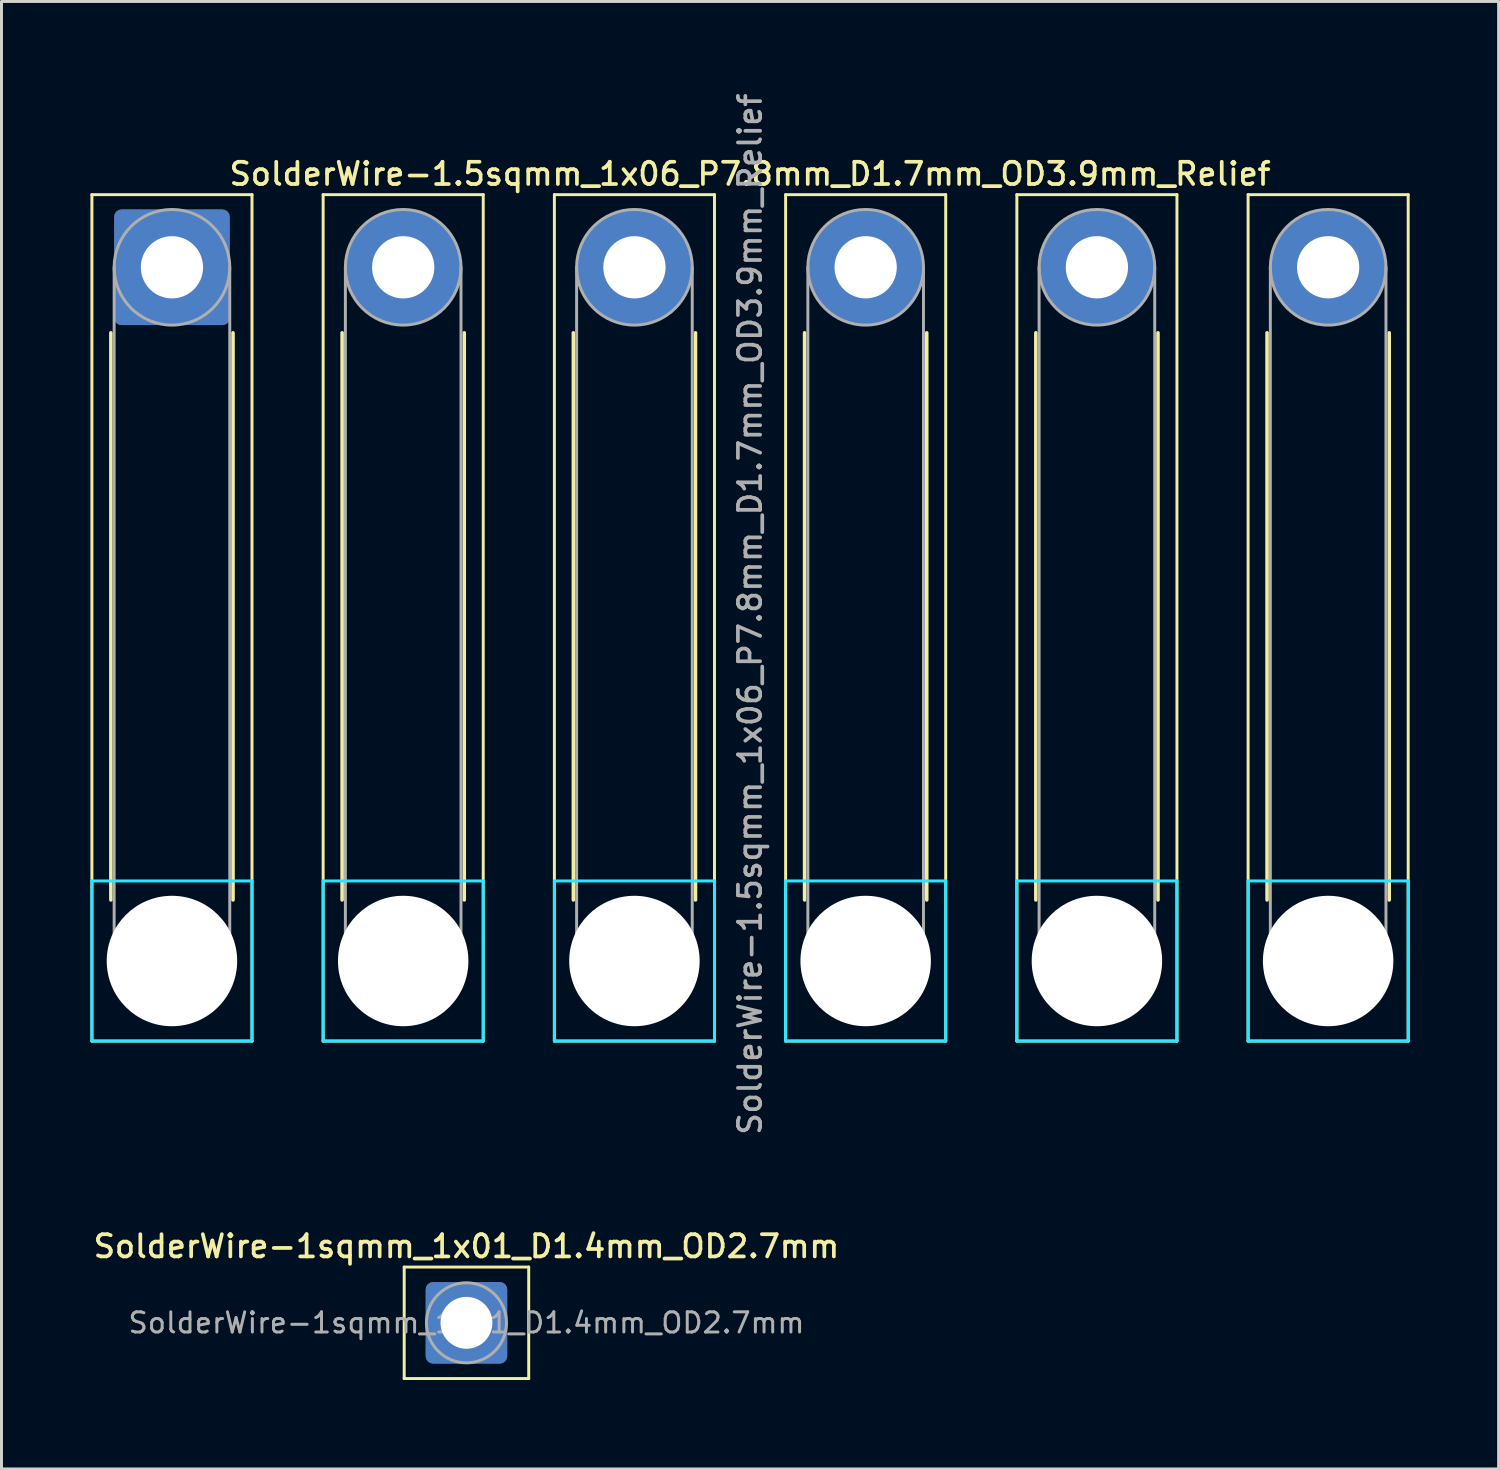
<source format=kicad_pcb>
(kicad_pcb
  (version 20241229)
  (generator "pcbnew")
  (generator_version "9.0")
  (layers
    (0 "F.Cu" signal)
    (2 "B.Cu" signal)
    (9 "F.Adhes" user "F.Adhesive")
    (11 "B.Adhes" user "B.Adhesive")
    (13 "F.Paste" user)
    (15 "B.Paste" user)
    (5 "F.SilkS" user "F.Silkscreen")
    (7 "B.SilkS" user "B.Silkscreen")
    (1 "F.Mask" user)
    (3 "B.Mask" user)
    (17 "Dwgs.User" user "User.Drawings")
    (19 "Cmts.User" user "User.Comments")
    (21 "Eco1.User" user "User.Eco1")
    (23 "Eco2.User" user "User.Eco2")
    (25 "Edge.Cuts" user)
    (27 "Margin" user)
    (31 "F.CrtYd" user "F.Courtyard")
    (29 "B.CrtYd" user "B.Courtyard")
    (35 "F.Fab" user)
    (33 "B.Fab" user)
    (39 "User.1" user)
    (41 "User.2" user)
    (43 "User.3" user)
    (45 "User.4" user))
  (footprint "SolderWire-1sqmm_1x01_D1.4mm_OD2.7mm"
    (layer "F.Cu")
    (at 12.684 41.57)
    (property "Reference" "SolderWire-1sqmm_1x01_D1.4mm_OD2.7mm" (at 0 -2.58 0) (layer "F.SilkS") (effects (font (size 0.75 0.75) (thickness 0.125))))
    (attr exclude_from_pos_files exclude_from_bom)
    (fp_line (start -2.1 -1.88) (end -2.1 1.88) (stroke (width 0.1) (type solid)) (layer "F.SilkS"))
    (fp_line (start -2.1 1.88) (end 2.1 1.88) (stroke (width 0.1) (type solid)) (layer "F.SilkS"))
    (fp_line (start 2.1 -1.88) (end -2.1 -1.88) (stroke (width 0.1) (type solid)) (layer "F.SilkS"))
    (fp_line (start 2.1 1.88) (end 2.1 -1.88) (stroke (width 0.1) (type solid)) (layer "F.SilkS"))
    (fp_circle (center 0 0) (end 1.35 0) (stroke (width 0.1) (type solid)) (fill no) (layer "F.Fab"))
    (fp_text user "${REFERENCE}" (at 0 0 0) (layer "F.Fab") (effects (font (size 0.68 0.68) (thickness 0.1))))
    (pad "1" thru_hole roundrect (at 0 0) (size 2.75 2.75) (drill 1.75) (layers "*.Cu" "*.Mask") (roundrect_rratio 0.091)))
  (footprint "SolderWire-1.5sqmm_1x06_P7.8mm_D1.7mm_OD3.9mm_Relief"
    (layer "F.Cu")
    (at 2.75 5.966)
    (property "Reference" "SolderWire-1.5sqmm_1x06_P7.8mm_D1.7mm_OD3.9mm_Relief" (at 19.5 -3.15 0) (layer "F.SilkS") (effects (font (size 0.75 0.75) (thickness 0.125))))
    (attr exclude_from_pos_files exclude_from_bom)
    (fp_line (start -2.7 -2.45) (end -2.7 26.1) (stroke (width 0.1) (type solid)) (layer "F.SilkS"))
    (fp_line (start -2.7 26.1) (end 2.7 26.1) (stroke (width 0.1) (type solid)) (layer "F.SilkS"))
    (fp_line (start -2.06 2.21) (end -2.06 21.34) (stroke (width 0.12) (type solid)) (layer "F.SilkS"))
    (fp_line (start 2.06 2.21) (end 2.06 21.34) (stroke (width 0.12) (type solid)) (layer "F.SilkS"))
    (fp_line (start 2.7 -2.45) (end -2.7 -2.45) (stroke (width 0.1) (type solid)) (layer "F.SilkS"))
    (fp_line (start 2.7 26.1) (end 2.7 -2.45) (stroke (width 0.1) (type solid)) (layer "F.SilkS"))
    (fp_line (start 5.1 -2.45) (end 5.1 26.1) (stroke (width 0.1) (type solid)) (layer "F.SilkS"))
    (fp_line (start 5.1 26.1) (end 10.5 26.1) (stroke (width 0.1) (type solid)) (layer "F.SilkS"))
    (fp_line (start 5.74 2.21) (end 5.74 21.34) (stroke (width 0.12) (type solid)) (layer "F.SilkS"))
    (fp_line (start 9.86 2.21) (end 9.86 21.34) (stroke (width 0.12) (type solid)) (layer "F.SilkS"))
    (fp_line (start 10.5 -2.45) (end 5.1 -2.45) (stroke (width 0.1) (type solid)) (layer "F.SilkS"))
    (fp_line (start 10.5 26.1) (end 10.5 -2.45) (stroke (width 0.1) (type solid)) (layer "F.SilkS"))
    (fp_line (start 12.9 -2.45) (end 12.9 26.1) (stroke (width 0.1) (type solid)) (layer "F.SilkS"))
    (fp_line (start 12.9 26.1) (end 18.3 26.1) (stroke (width 0.1) (type solid)) (layer "F.SilkS"))
    (fp_line (start 13.54 2.21) (end 13.54 21.34) (stroke (width 0.12) (type solid)) (layer "F.SilkS"))
    (fp_line (start 17.66 2.21) (end 17.66 21.34) (stroke (width 0.12) (type solid)) (layer "F.SilkS"))
    (fp_line (start 18.3 -2.45) (end 12.9 -2.45) (stroke (width 0.1) (type solid)) (layer "F.SilkS"))
    (fp_line (start 18.3 26.1) (end 18.3 -2.45) (stroke (width 0.1) (type solid)) (layer "F.SilkS"))
    (fp_line (start 20.7 -2.45) (end 20.7 26.1) (stroke (width 0.1) (type solid)) (layer "F.SilkS"))
    (fp_line (start 20.7 26.1) (end 26.1 26.1) (stroke (width 0.1) (type solid)) (layer "F.SilkS"))
    (fp_line (start 21.34 2.21) (end 21.34 21.34) (stroke (width 0.12) (type solid)) (layer "F.SilkS"))
    (fp_line (start 25.46 2.21) (end 25.46 21.34) (stroke (width 0.12) (type solid)) (layer "F.SilkS"))
    (fp_line (start 26.1 -2.45) (end 20.7 -2.45) (stroke (width 0.1) (type solid)) (layer "F.SilkS"))
    (fp_line (start 26.1 26.1) (end 26.1 -2.45) (stroke (width 0.1) (type solid)) (layer "F.SilkS"))
    (fp_line (start 28.5 -2.45) (end 28.5 26.1) (stroke (width 0.1) (type solid)) (layer "F.SilkS"))
    (fp_line (start 28.5 26.1) (end 33.9 26.1) (stroke (width 0.1) (type solid)) (layer "F.SilkS"))
    (fp_line (start 29.14 2.21) (end 29.14 21.34) (stroke (width 0.12) (type solid)) (layer "F.SilkS"))
    (fp_line (start 33.26 2.21) (end 33.26 21.34) (stroke (width 0.12) (type solid)) (layer "F.SilkS"))
    (fp_line (start 33.9 -2.45) (end 28.5 -2.45) (stroke (width 0.1) (type solid)) (layer "F.SilkS"))
    (fp_line (start 33.9 26.1) (end 33.9 -2.45) (stroke (width 0.1) (type solid)) (layer "F.SilkS"))
    (fp_line (start 36.3 -2.45) (end 36.3 26.1) (stroke (width 0.1) (type solid)) (layer "F.SilkS"))
    (fp_line (start 36.3 26.1) (end 41.7 26.1) (stroke (width 0.1) (type solid)) (layer "F.SilkS"))
    (fp_line (start 36.94 2.21) (end 36.94 21.34) (stroke (width 0.12) (type solid)) (layer "F.SilkS"))
    (fp_line (start 41.06 2.21) (end 41.06 21.34) (stroke (width 0.12) (type solid)) (layer "F.SilkS"))
    (fp_line (start 41.7 -2.45) (end 36.3 -2.45) (stroke (width 0.1) (type solid)) (layer "F.SilkS"))
    (fp_line (start 41.7 26.1) (end 41.7 -2.45) (stroke (width 0.1) (type solid)) (layer "F.SilkS"))
    (fp_line (start -2.7 20.7) (end -2.7 26.1) (stroke (width 0.1) (type solid)) (layer "B.CrtYd"))
    (fp_line (start -2.7 26.1) (end 2.7 26.1) (stroke (width 0.1) (type solid)) (layer "B.CrtYd"))
    (fp_line (start 2.7 20.7) (end -2.7 20.7) (stroke (width 0.1) (type solid)) (layer "B.CrtYd"))
    (fp_line (start 2.7 26.1) (end 2.7 20.7) (stroke (width 0.1) (type solid)) (layer "B.CrtYd"))
    (fp_line (start 5.1 20.7) (end 5.1 26.1) (stroke (width 0.1) (type solid)) (layer "B.CrtYd"))
    (fp_line (start 5.1 26.1) (end 10.5 26.1) (stroke (width 0.1) (type solid)) (layer "B.CrtYd"))
    (fp_line (start 10.5 20.7) (end 5.1 20.7) (stroke (width 0.1) (type solid)) (layer "B.CrtYd"))
    (fp_line (start 10.5 26.1) (end 10.5 20.7) (stroke (width 0.1) (type solid)) (layer "B.CrtYd"))
    (fp_line (start 12.9 20.7) (end 12.9 26.1) (stroke (width 0.1) (type solid)) (layer "B.CrtYd"))
    (fp_line (start 12.9 26.1) (end 18.3 26.1) (stroke (width 0.1) (type solid)) (layer "B.CrtYd"))
    (fp_line (start 18.3 20.7) (end 12.9 20.7) (stroke (width 0.1) (type solid)) (layer "B.CrtYd"))
    (fp_line (start 18.3 26.1) (end 18.3 20.7) (stroke (width 0.1) (type solid)) (layer "B.CrtYd"))
    (fp_line (start 20.7 20.7) (end 20.7 26.1) (stroke (width 0.1) (type solid)) (layer "B.CrtYd"))
    (fp_line (start 20.7 26.1) (end 26.1 26.1) (stroke (width 0.1) (type solid)) (layer "B.CrtYd"))
    (fp_line (start 26.1 20.7) (end 20.7 20.7) (stroke (width 0.1) (type solid)) (layer "B.CrtYd"))
    (fp_line (start 26.1 26.1) (end 26.1 20.7) (stroke (width 0.1) (type solid)) (layer "B.CrtYd"))
    (fp_line (start 28.5 20.7) (end 28.5 26.1) (stroke (width 0.1) (type solid)) (layer "B.CrtYd"))
    (fp_line (start 28.5 26.1) (end 33.9 26.1) (stroke (width 0.1) (type solid)) (layer "B.CrtYd"))
    (fp_line (start 33.9 20.7) (end 28.5 20.7) (stroke (width 0.1) (type solid)) (layer "B.CrtYd"))
    (fp_line (start 33.9 26.1) (end 33.9 20.7) (stroke (width 0.1) (type solid)) (layer "B.CrtYd"))
    (fp_line (start 36.3 20.7) (end 36.3 26.1) (stroke (width 0.1) (type solid)) (layer "B.CrtYd"))
    (fp_line (start 36.3 26.1) (end 41.7 26.1) (stroke (width 0.1) (type solid)) (layer "B.CrtYd"))
    (fp_line (start 41.7 20.7) (end 36.3 20.7) (stroke (width 0.1) (type solid)) (layer "B.CrtYd"))
    (fp_line (start 41.7 26.1) (end 41.7 20.7) (stroke (width 0.1) (type solid)) (layer "B.CrtYd"))
    (fp_line (start -1.95 0) (end -1.95 23.4) (stroke (width 0.1) (type solid)) (layer "F.Fab"))
    (fp_line (start 1.95 0) (end 1.95 23.4) (stroke (width 0.1) (type solid)) (layer "F.Fab"))
    (fp_line (start 5.85 0) (end 5.85 23.4) (stroke (width 0.1) (type solid)) (layer "F.Fab"))
    (fp_line (start 9.75 0) (end 9.75 23.4) (stroke (width 0.1) (type solid)) (layer "F.Fab"))
    (fp_line (start 13.65 0) (end 13.65 23.4) (stroke (width 0.1) (type solid)) (layer "F.Fab"))
    (fp_line (start 17.55 0) (end 17.55 23.4) (stroke (width 0.1) (type solid)) (layer "F.Fab"))
    (fp_line (start 21.45 0) (end 21.45 23.4) (stroke (width 0.1) (type solid)) (layer "F.Fab"))
    (fp_line (start 25.35 0) (end 25.35 23.4) (stroke (width 0.1) (type solid)) (layer "F.Fab"))
    (fp_line (start 29.25 0) (end 29.25 23.4) (stroke (width 0.1) (type solid)) (layer "F.Fab"))
    (fp_line (start 33.15 0) (end 33.15 23.4) (stroke (width 0.1) (type solid)) (layer "F.Fab"))
    (fp_line (start 37.05 0) (end 37.05 23.4) (stroke (width 0.1) (type solid)) (layer "F.Fab"))
    (fp_line (start 40.95 0) (end 40.95 23.4) (stroke (width 0.1) (type solid)) (layer "F.Fab"))
    (fp_circle (center 0 0) (end 1.95 0) (stroke (width 0.1) (type solid)) (fill no) (layer "F.Fab"))
    (fp_circle (center 0 23.4) (end 1.95 23.4) (stroke (width 0.1) (type solid)) (fill no) (layer "F.Fab"))
    (fp_circle (center 7.8 0) (end 9.75 0) (stroke (width 0.1) (type solid)) (fill no) (layer "F.Fab"))
    (fp_circle (center 7.8 23.4) (end 9.75 23.4) (stroke (width 0.1) (type solid)) (fill no) (layer "F.Fab"))
    (fp_circle (center 15.6 0) (end 17.55 0) (stroke (width 0.1) (type solid)) (fill no) (layer "F.Fab"))
    (fp_circle (center 15.6 23.4) (end 17.55 23.4) (stroke (width 0.1) (type solid)) (fill no) (layer "F.Fab"))
    (fp_circle (center 23.4 0) (end 25.35 0) (stroke (width 0.1) (type solid)) (fill no) (layer "F.Fab"))
    (fp_circle (center 23.4 23.4) (end 25.35 23.4) (stroke (width 0.1) (type solid)) (fill no) (layer "F.Fab"))
    (fp_circle (center 31.2 0) (end 33.15 0) (stroke (width 0.1) (type solid)) (fill no) (layer "F.Fab"))
    (fp_circle (center 31.2 23.4) (end 33.15 23.4) (stroke (width 0.1) (type solid)) (fill no) (layer "F.Fab"))
    (fp_circle (center 39 0) (end 40.95 0) (stroke (width 0.1) (type solid)) (fill no) (layer "F.Fab"))
    (fp_circle (center 39 23.4) (end 40.95 23.4) (stroke (width 0.1) (type solid)) (fill no) (layer "F.Fab"))
    (fp_text user "${REFERENCE}" (at 19.5 11.7 90) (layer "F.Fab") (effects (font (size 0.75 0.75) (thickness 0.125))))
    (pad "" np_thru_hole circle (at 0 23.4) (size 4.4 4.4) (drill 4.4) (layers "*.Cu" "*.Mask"))
    (pad "" np_thru_hole circle (at 7.8 23.4) (size 4.4 4.4) (drill 4.4) (layers "*.Cu" "*.Mask"))
    (pad "" np_thru_hole circle (at 15.6 23.4) (size 4.4 4.4) (drill 4.4) (layers "*.Cu" "*.Mask"))
    (pad "" np_thru_hole circle (at 23.4 23.4) (size 4.4 4.4) (drill 4.4) (layers "*.Cu" "*.Mask"))
    (pad "" np_thru_hole circle (at 31.2 23.4) (size 4.4 4.4) (drill 4.4) (layers "*.Cu" "*.Mask"))
    (pad "" np_thru_hole circle (at 39 23.4) (size 4.4 4.4) (drill 4.4) (layers "*.Cu" "*.Mask"))
    (pad "1" thru_hole roundrect (at 0 0) (size 3.9 3.9) (drill 2.1) (layers "*.Cu" "*.Mask") (roundrect_rratio 0.064))
    (pad "2" thru_hole circle (at 7.8 0) (size 3.9 3.9) (drill 2.1) (layers "*.Cu" "*.Mask"))
    (pad "3" thru_hole circle (at 15.6 0) (size 3.9 3.9) (drill 2.1) (layers "*.Cu" "*.Mask"))
    (pad "4" thru_hole circle (at 23.4 0) (size 3.9 3.9) (drill 2.1) (layers "*.Cu" "*.Mask"))
    (pad "5" thru_hole circle (at 31.2 0) (size 3.9 3.9) (drill 2.1) (layers "*.Cu" "*.Mask"))
    (pad "6" thru_hole circle (at 39 0) (size 3.9 3.9) (drill 2.1) (layers "*.Cu" "*.Mask")))
  (gr_rect
    (start -3 -3)
    (end 47.5 46.5)
    (stroke (width 0.1) (type default))
    (fill no)
    (layer "Edge.Cuts")))
</source>
